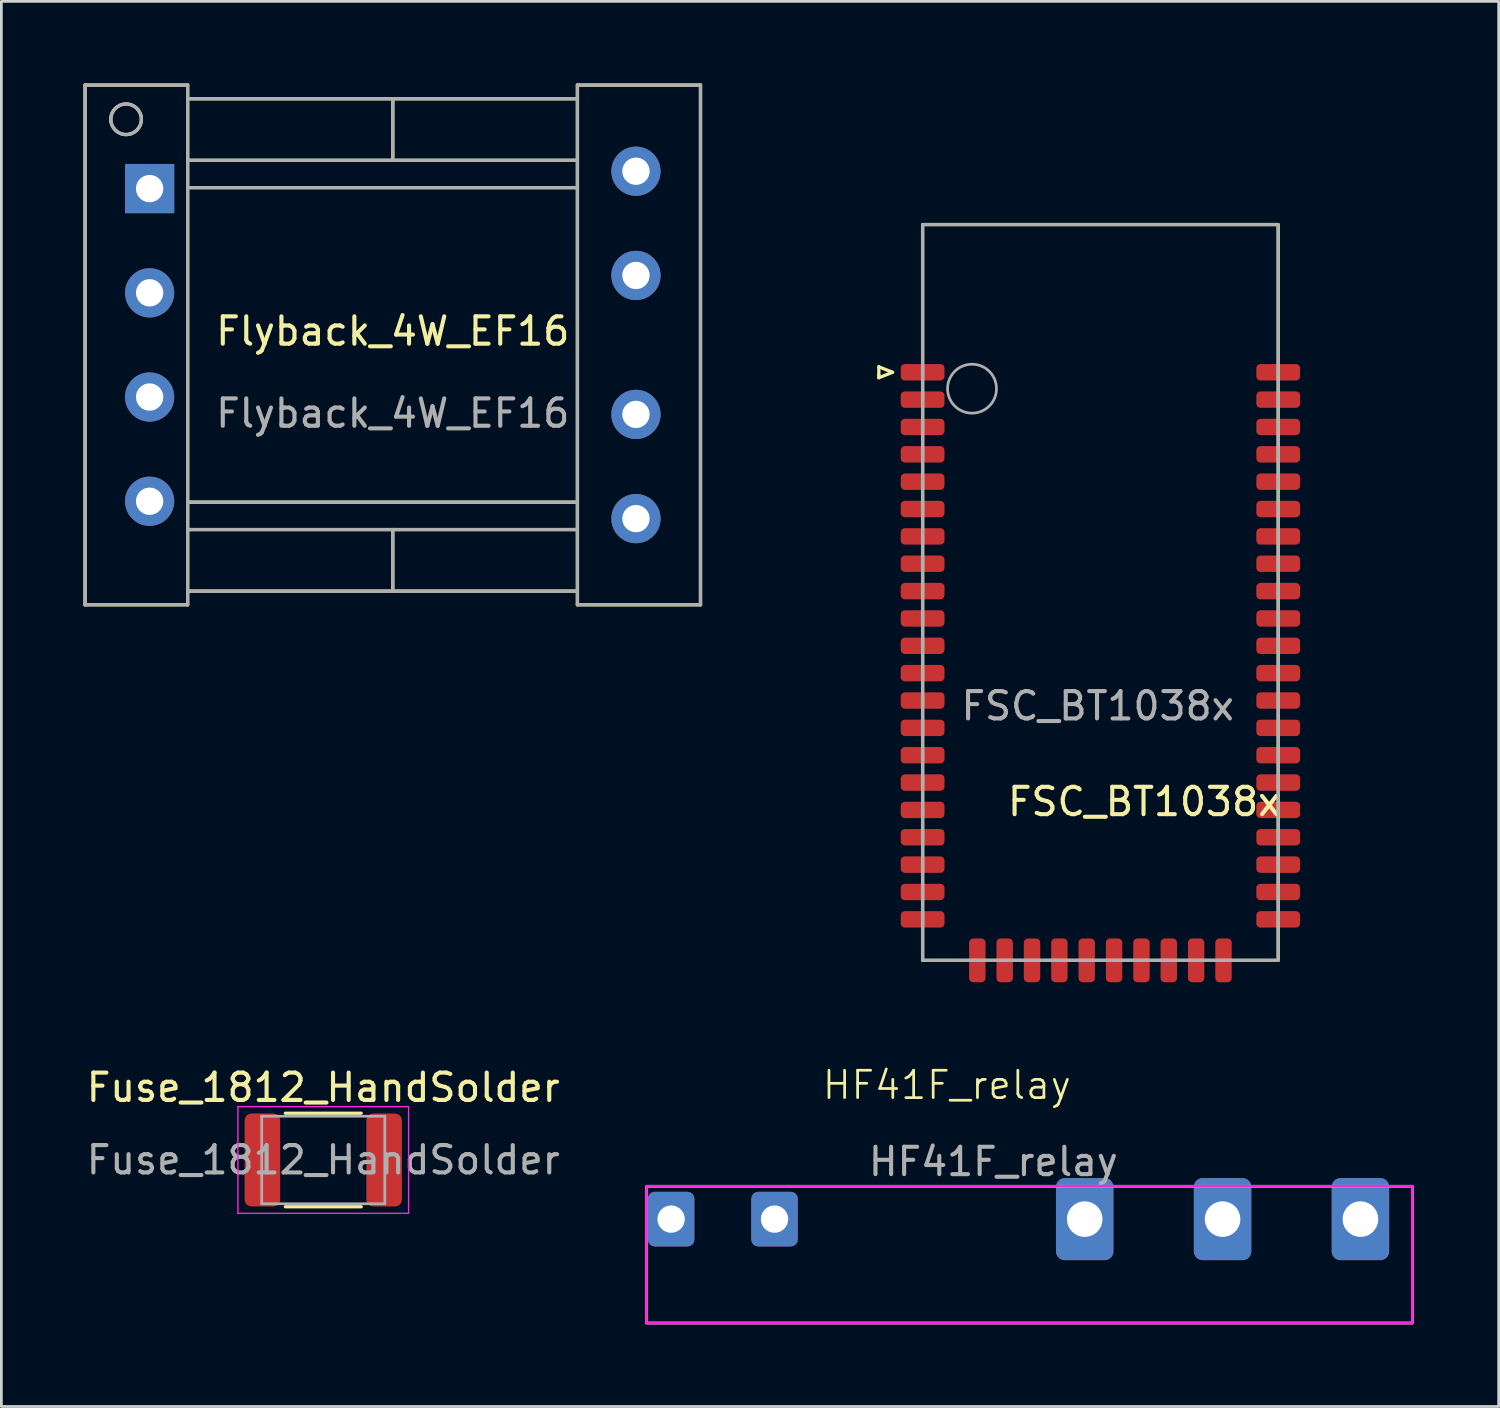
<source format=kicad_pcb>
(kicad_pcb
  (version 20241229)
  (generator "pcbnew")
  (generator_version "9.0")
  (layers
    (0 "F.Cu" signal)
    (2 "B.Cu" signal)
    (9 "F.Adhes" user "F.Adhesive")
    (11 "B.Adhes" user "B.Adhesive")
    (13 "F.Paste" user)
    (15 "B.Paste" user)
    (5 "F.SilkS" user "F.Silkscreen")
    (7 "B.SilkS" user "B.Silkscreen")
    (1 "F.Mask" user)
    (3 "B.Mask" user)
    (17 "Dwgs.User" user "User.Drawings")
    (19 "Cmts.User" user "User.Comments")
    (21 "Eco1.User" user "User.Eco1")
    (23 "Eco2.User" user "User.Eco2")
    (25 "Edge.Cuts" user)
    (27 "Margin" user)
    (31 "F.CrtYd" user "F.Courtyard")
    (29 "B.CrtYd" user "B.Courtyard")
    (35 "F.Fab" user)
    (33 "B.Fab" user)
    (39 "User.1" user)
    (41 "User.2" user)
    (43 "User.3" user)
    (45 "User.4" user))
  (footprint "Fuse_1812_HandSolder"
    (layer "F.Cu")
    (at 8.768 39.358)
    (property "Reference" "Fuse_1812_HandSolder" (at 0 -2.65 0) (layer "F.SilkS") (effects (font (size 1 1) (thickness 0.15))))
    (attr smd)
    (fp_line (start -1.386 -1.71) (end 1.386 -1.71) (stroke (width 0.12) (type solid)) (layer "F.SilkS"))
    (fp_line (start -1.386 1.71) (end 1.386 1.71) (stroke (width 0.12) (type solid)) (layer "F.SilkS"))
    (fp_line (start -3.12 -1.95) (end 3.12 -1.95) (stroke (width 0.05) (type solid)) (layer "F.CrtYd"))
    (fp_line (start -3.12 1.95) (end -3.12 -1.95) (stroke (width 0.05) (type solid)) (layer "F.CrtYd"))
    (fp_line (start 3.12 -1.95) (end 3.12 1.95) (stroke (width 0.05) (type solid)) (layer "F.CrtYd"))
    (fp_line (start 3.12 1.95) (end -3.12 1.95) (stroke (width 0.05) (type solid)) (layer "F.CrtYd"))
    (fp_line (start -2.25 -1.6) (end 2.25 -1.6) (stroke (width 0.1) (type solid)) (layer "F.Fab"))
    (fp_line (start -2.25 1.6) (end -2.25 -1.6) (stroke (width 0.1) (type solid)) (layer "F.Fab"))
    (fp_line (start 2.25 -1.6) (end 2.25 1.6) (stroke (width 0.1) (type solid)) (layer "F.Fab"))
    (fp_line (start 2.25 1.6) (end -2.25 1.6) (stroke (width 0.1) (type solid)) (layer "F.Fab"))
    (fp_text user "${REFERENCE}" (at 0 0 0) (layer "F.Fab") (effects (font (size 1 1) (thickness 0.15))))
    (pad "1" smd roundrect (at -2.225 0) (size 1.3 3.4) (layers "F.Cu" "F.Mask" "F.Paste") (roundrect_rratio 0.192))
    (pad "2" smd roundrect (at 2.225 0) (size 1.3 3.4) (layers "F.Cu" "F.Mask" "F.Paste") (roundrect_rratio 0.192)))
  (footprint "FSC_BT1038x"
    (layer "F.Cu")
    (at 37.18 20.66)
    (property "Reference" "FSC_BT1038x" (at 1.6 5.6 0) (unlocked yes) (layer "F.SilkS") (effects (font (size 1 1) (thickness 0.15))))
    (attr smd)
    (fp_line (start -8.1 -10.3) (end -8.1 -10) (stroke (width 0.12) (type default)) (layer "F.SilkS"))
    (fp_line (start -8.1 -10) (end -8.1 -9.9) (stroke (width 0.12) (type default)) (layer "F.SilkS"))
    (fp_line (start -8.1 -9.9) (end -7.6 -10.1) (stroke (width 0.12) (type default)) (layer "F.SilkS"))
    (fp_line (start -7.6 -10.1) (end -8.1 -10.3) (stroke (width 0.12) (type default)) (layer "F.SilkS"))
    (fp_rect (start -6.5 -15.5) (end 6.5 11.4) (stroke (width 0.12) (type default)) (fill no) (layer "F.SilkS"))
    (fp_rect (start -6.5 -15.5) (end 6.5 11.4) (stroke (width 0.12) (type default)) (fill no) (layer "F.Fab"))
    (fp_circle (center -4.694 -9.5) (end -3.894 -9.1) (stroke (width 0.1) (type default)) (fill no) (layer "F.Fab"))
    (fp_rect (start -11.5 -20.6) (end 11.5 -10.6) (stroke (width 0.12) (type solid)) (fill no) (layer "User.1"))
    (fp_text user "${REFERENCE}" (at -0.1 2.1 0) (unlocked yes) (layer "F.Fab") (effects (font (size 1 1) (thickness 0.15))))
    (fp_text user "KEEP OUT" (at -3 -16.1 0) (unlocked yes) (layer "User.1") (effects (font (size 1 1) (thickness 0.15)) (justify left bottom)))
    (pad "1" smd roundrect (at -6.5 -10.1) (size 1.6 0.6) (layers "F.Cu" "F.Mask" "F.Paste") (roundrect_rratio 0.25))
    (pad "2" smd roundrect (at -6.5 -9.1) (size 1.6 0.6) (layers "F.Cu" "F.Mask" "F.Paste") (roundrect_rratio 0.25))
    (pad "3" smd roundrect (at -6.5 -8.1) (size 1.6 0.6) (layers "F.Cu" "F.Mask" "F.Paste") (roundrect_rratio 0.25))
    (pad "4" smd roundrect (at -6.5 -7.1) (size 1.6 0.6) (layers "F.Cu" "F.Mask" "F.Paste") (roundrect_rratio 0.25))
    (pad "5" smd roundrect (at -6.5 -6.1) (size 1.6 0.6) (layers "F.Cu" "F.Mask" "F.Paste") (roundrect_rratio 0.25))
    (pad "6" smd roundrect (at -6.5 -5.1) (size 1.6 0.6) (layers "F.Cu" "F.Mask" "F.Paste") (roundrect_rratio 0.25))
    (pad "7" smd roundrect (at -6.5 -4.1) (size 1.6 0.6) (layers "F.Cu" "F.Mask" "F.Paste") (roundrect_rratio 0.25))
    (pad "8" smd roundrect (at -6.5 -3.1) (size 1.6 0.6) (layers "F.Cu" "F.Mask" "F.Paste") (roundrect_rratio 0.25))
    (pad "9" smd roundrect (at -6.5 -2.1) (size 1.6 0.6) (layers "F.Cu" "F.Mask" "F.Paste") (roundrect_rratio 0.25))
    (pad "10" smd roundrect (at -6.5 -1.1) (size 1.6 0.6) (layers "F.Cu" "F.Mask" "F.Paste") (roundrect_rratio 0.25))
    (pad "11" smd roundrect (at -6.5 -0.1) (size 1.6 0.6) (layers "F.Cu" "F.Mask" "F.Paste") (roundrect_rratio 0.25))
    (pad "12" smd roundrect (at -6.5 0.9) (size 1.6 0.6) (layers "F.Cu" "F.Mask" "F.Paste") (roundrect_rratio 0.25))
    (pad "13" smd roundrect (at -6.5 1.9) (size 1.6 0.6) (layers "F.Cu" "F.Mask" "F.Paste") (roundrect_rratio 0.25))
    (pad "14" smd roundrect (at -6.5 2.9) (size 1.6 0.6) (layers "F.Cu" "F.Mask" "F.Paste") (roundrect_rratio 0.25))
    (pad "15" smd roundrect (at -6.5 3.9) (size 1.6 0.6) (layers "F.Cu" "F.Mask" "F.Paste") (roundrect_rratio 0.25))
    (pad "16" smd roundrect (at -6.5 4.9) (size 1.6 0.6) (layers "F.Cu" "F.Mask" "F.Paste") (roundrect_rratio 0.25))
    (pad "17" smd roundrect (at -6.5 5.9) (size 1.6 0.6) (layers "F.Cu" "F.Mask" "F.Paste") (roundrect_rratio 0.25))
    (pad "18" smd roundrect (at -6.5 6.9) (size 1.6 0.6) (layers "F.Cu" "F.Mask" "F.Paste") (roundrect_rratio 0.25))
    (pad "19" smd roundrect (at -6.5 7.9) (size 1.6 0.6) (layers "F.Cu" "F.Mask" "F.Paste") (roundrect_rratio 0.25))
    (pad "20" smd roundrect (at -6.5 8.9) (size 1.6 0.6) (layers "F.Cu" "F.Mask" "F.Paste") (roundrect_rratio 0.25))
    (pad "21" smd roundrect (at -6.5 9.9) (size 1.6 0.6) (layers "F.Cu" "F.Mask" "F.Paste") (roundrect_rratio 0.25))
    (pad "22" smd roundrect (at -4.5 11.4) (size 0.6 1.6) (layers "F.Cu" "F.Mask" "F.Paste") (roundrect_rratio 0.25))
    (pad "23" smd roundrect (at -3.5 11.4) (size 0.6 1.6) (layers "F.Cu" "F.Mask" "F.Paste") (roundrect_rratio 0.25))
    (pad "24" smd roundrect (at -2.5 11.4) (size 0.6 1.6) (layers "F.Cu" "F.Mask" "F.Paste") (roundrect_rratio 0.25))
    (pad "25" smd roundrect (at -1.5 11.4) (size 0.6 1.6) (layers "F.Cu" "F.Mask" "F.Paste") (roundrect_rratio 0.25))
    (pad "26" smd roundrect (at -0.5 11.4) (size 0.6 1.6) (layers "F.Cu" "F.Mask" "F.Paste") (roundrect_rratio 0.25))
    (pad "27" smd roundrect (at 0.5 11.4) (size 0.6 1.6) (layers "F.Cu" "F.Mask" "F.Paste") (roundrect_rratio 0.25))
    (pad "28" smd roundrect (at 1.5 11.4) (size 0.6 1.6) (layers "F.Cu" "F.Mask" "F.Paste") (roundrect_rratio 0.25))
    (pad "29" smd roundrect (at 2.5 11.4) (size 0.6 1.6) (layers "F.Cu" "F.Mask" "F.Paste") (roundrect_rratio 0.25))
    (pad "30" smd roundrect (at 3.5 11.4) (size 0.6 1.6) (layers "F.Cu" "F.Mask" "F.Paste") (roundrect_rratio 0.25))
    (pad "31" smd roundrect (at 4.5 11.4) (size 0.6 1.6) (layers "F.Cu" "F.Mask" "F.Paste") (roundrect_rratio 0.25))
    (pad "32" smd roundrect (at 6.5 9.9 90) (size 0.6 1.6) (layers "F.Cu" "F.Mask" "F.Paste") (roundrect_rratio 0.25))
    (pad "33" smd roundrect (at 6.5 8.9 90) (size 0.6 1.6) (layers "F.Cu" "F.Mask" "F.Paste") (roundrect_rratio 0.25))
    (pad "34" smd roundrect (at 6.5 7.9 90) (size 0.6 1.6) (layers "F.Cu" "F.Mask" "F.Paste") (roundrect_rratio 0.25))
    (pad "35" smd roundrect (at 6.5 6.9 90) (size 0.6 1.6) (layers "F.Cu" "F.Mask" "F.Paste") (roundrect_rratio 0.25))
    (pad "36" smd roundrect (at 6.5 5.9 90) (size 0.6 1.6) (layers "F.Cu" "F.Mask" "F.Paste") (roundrect_rratio 0.25))
    (pad "37" smd roundrect (at 6.5 4.9 90) (size 0.6 1.6) (layers "F.Cu" "F.Mask" "F.Paste") (roundrect_rratio 0.25))
    (pad "38" smd roundrect (at 6.5 3.9 90) (size 0.6 1.6) (layers "F.Cu" "F.Mask" "F.Paste") (roundrect_rratio 0.25))
    (pad "39" smd roundrect (at 6.5 2.9 90) (size 0.6 1.6) (layers "F.Cu" "F.Mask" "F.Paste") (roundrect_rratio 0.25))
    (pad "40" smd roundrect (at 6.5 1.9 90) (size 0.6 1.6) (layers "F.Cu" "F.Mask" "F.Paste") (roundrect_rratio 0.25))
    (pad "41" smd roundrect (at 6.5 0.9 90) (size 0.6 1.6) (layers "F.Cu" "F.Mask" "F.Paste") (roundrect_rratio 0.25))
    (pad "42" smd roundrect (at 6.5 -0.1 90) (size 0.6 1.6) (layers "F.Cu" "F.Mask" "F.Paste") (roundrect_rratio 0.25))
    (pad "43" smd roundrect (at 6.5 -1.1 90) (size 0.6 1.6) (layers "F.Cu" "F.Mask" "F.Paste") (roundrect_rratio 0.25))
    (pad "44" smd roundrect (at 6.5 -2.1 90) (size 0.6 1.6) (layers "F.Cu" "F.Mask" "F.Paste") (roundrect_rratio 0.25))
    (pad "45" smd roundrect (at 6.5 -3.1 90) (size 0.6 1.6) (layers "F.Cu" "F.Mask" "F.Paste") (roundrect_rratio 0.25))
    (pad "46" smd roundrect (at 6.5 -4.1 90) (size 0.6 1.6) (layers "F.Cu" "F.Mask" "F.Paste") (roundrect_rratio 0.25))
    (pad "47" smd roundrect (at 6.5 -5.1 90) (size 0.6 1.6) (layers "F.Cu" "F.Mask" "F.Paste") (roundrect_rratio 0.25))
    (pad "48" smd roundrect (at 6.5 -6.1 90) (size 0.6 1.6) (layers "F.Cu" "F.Mask" "F.Paste") (roundrect_rratio 0.25))
    (pad "49" smd roundrect (at 6.5 -7.1 90) (size 0.6 1.6) (layers "F.Cu" "F.Mask" "F.Paste") (roundrect_rratio 0.25))
    (pad "50" smd roundrect (at 6.5 -8.1 90) (size 0.6 1.6) (layers "F.Cu" "F.Mask" "F.Paste") (roundrect_rratio 0.25))
    (pad "51" smd roundrect (at 6.5 -9.1 90) (size 0.6 1.6) (layers "F.Cu" "F.Mask" "F.Paste") (roundrect_rratio 0.25))
    (pad "52" smd roundrect (at 6.5 -10.1 90) (size 0.6 1.6) (layers "F.Cu" "F.Mask" "F.Paste") (roundrect_rratio 0.25)))
  (footprint "Flyback_4W_EF16"
    (layer "F.Cu")
    (at 11.31 9.56)
    (property "Reference" "Flyback_4W_EF16" (at 0 -0.5 0) (unlocked yes) (layer "F.SilkS") (effects (font (size 1 1) (thickness 0.15))))
    (attr through_hole)
    (fp_line (start -11.25 -9.5) (end -7.5 -9.5) (stroke (width 0.12) (type solid)) (layer "F.SilkS"))
    (fp_line (start -11.25 9.5) (end -11.25 -9.5) (stroke (width 0.12) (type solid)) (layer "F.SilkS"))
    (fp_line (start -7.5 -9.5) (end -7.5 9.5) (stroke (width 0.12) (type solid)) (layer "F.SilkS"))
    (fp_line (start -7.5 -9) (end 6.75 -9) (stroke (width 0.12) (type solid)) (layer "F.SilkS"))
    (fp_line (start -7.5 -6.75) (end 6.75 -6.75) (stroke (width 0.12) (type solid)) (layer "F.SilkS"))
    (fp_line (start -7.5 -5.75) (end 6.75 -5.75) (stroke (width 0.12) (type solid)) (layer "F.SilkS"))
    (fp_line (start -7.5 5.75) (end 6.75 5.75) (stroke (width 0.12) (type solid)) (layer "F.SilkS"))
    (fp_line (start -7.5 6.75) (end 6.75 6.75) (stroke (width 0.12) (type solid)) (layer "F.SilkS"))
    (fp_line (start -7.5 9) (end 6.75 9) (stroke (width 0.12) (type solid)) (layer "F.SilkS"))
    (fp_line (start -7.5 9.5) (end -11.25 9.5) (stroke (width 0.12) (type solid)) (layer "F.SilkS"))
    (fp_line (start 0 -9) (end 0 -6.75) (stroke (width 0.12) (type solid)) (layer "F.SilkS"))
    (fp_line (start 0 6.75) (end 0 9) (stroke (width 0.12) (type solid)) (layer "F.SilkS"))
    (fp_line (start 6.75 -9.5) (end 6.75 9.5) (stroke (width 0.12) (type solid)) (layer "F.SilkS"))
    (fp_line (start 6.75 9.5) (end 11.25 9.5) (stroke (width 0.12) (type solid)) (layer "F.SilkS"))
    (fp_line (start 11.25 -9.5) (end 6.75 -9.5) (stroke (width 0.12) (type solid)) (layer "F.SilkS"))
    (fp_line (start 11.25 9.5) (end 11.25 -9.5) (stroke (width 0.12) (type solid)) (layer "F.SilkS"))
    (fp_circle (center -9.75 -8.25) (end -9.25 -8) (stroke (width 0.12) (type solid)) (fill no) (layer "F.SilkS"))
    (fp_line (start -11.25 -9.5) (end -7.5 -9.5) (stroke (width 0.12) (type solid)) (layer "F.Fab"))
    (fp_line (start -11.25 9.5) (end -11.25 -9.5) (stroke (width 0.12) (type solid)) (layer "F.Fab"))
    (fp_line (start -7.5 -9.5) (end -7.5 9.5) (stroke (width 0.12) (type solid)) (layer "F.Fab"))
    (fp_line (start -7.5 -9) (end 6.75 -9) (stroke (width 0.12) (type solid)) (layer "F.Fab"))
    (fp_line (start -7.5 -6.75) (end 6.75 -6.75) (stroke (width 0.12) (type solid)) (layer "F.Fab"))
    (fp_line (start -7.5 -5.75) (end 6.75 -5.75) (stroke (width 0.12) (type solid)) (layer "F.Fab"))
    (fp_line (start -7.5 5.75) (end 6.75 5.75) (stroke (width 0.12) (type solid)) (layer "F.Fab"))
    (fp_line (start -7.5 6.75) (end 6.75 6.75) (stroke (width 0.12) (type solid)) (layer "F.Fab"))
    (fp_line (start -7.5 9) (end 6.75 9) (stroke (width 0.12) (type solid)) (layer "F.Fab"))
    (fp_line (start -7.5 9.5) (end -11.25 9.5) (stroke (width 0.12) (type solid)) (layer "F.Fab"))
    (fp_line (start 0 -9) (end 0 -6.75) (stroke (width 0.12) (type solid)) (layer "F.Fab"))
    (fp_line (start 0 6.75) (end 0 9) (stroke (width 0.12) (type solid)) (layer "F.Fab"))
    (fp_line (start 6.75 -9.5) (end 6.75 9.5) (stroke (width 0.12) (type solid)) (layer "F.Fab"))
    (fp_line (start 6.75 9.5) (end 11.25 9.5) (stroke (width 0.12) (type solid)) (layer "F.Fab"))
    (fp_line (start 11.25 -9.5) (end 6.75 -9.5) (stroke (width 0.12) (type solid)) (layer "F.Fab"))
    (fp_line (start 11.25 9.5) (end 11.25 -9.5) (stroke (width 0.12) (type solid)) (layer "F.Fab"))
    (fp_circle (center -9.75 -8.25) (end -9.191 -8.25) (stroke (width 0.12) (type solid)) (fill no) (layer "F.Fab"))
    (fp_text user "${REFERENCE}" (at 0 2.5 0) (unlocked yes) (layer "F.Fab") (effects (font (size 1 1) (thickness 0.15))))
    (pad "1" thru_hole rect (at -8.89 -5.715) (size 1.8 1.8) (drill 1) (layers "*.Cu" "*.Mask"))
    (pad "2" thru_hole circle (at -8.89 -1.905) (size 1.8 1.8) (drill 1) (layers "*.Cu" "*.Mask"))
    (pad "3" thru_hole circle (at -8.89 1.905) (size 1.8 1.8) (drill 1) (layers "*.Cu" "*.Mask"))
    (pad "4" thru_hole circle (at -8.89 5.715) (size 1.8 1.8) (drill 1) (layers "*.Cu" "*.Mask"))
    (pad "5" thru_hole circle (at 8.89 6.35) (size 1.8 1.8) (drill 1) (layers "*.Cu" "*.Mask"))
    (pad "6" thru_hole circle (at 8.89 2.54) (size 1.8 1.8) (drill 1) (layers "*.Cu" "*.Mask"))
    (pad "7" thru_hole circle (at 8.89 -2.54) (size 1.8 1.8) (drill 1) (layers "*.Cu" "*.Mask"))
    (pad "8" thru_hole circle (at 8.89 -6.35) (size 1.8 1.8) (drill 1) (layers "*.Cu" "*.Mask")))
  (footprint "HF41F_relay"
    (layer "F.Cu")
    (at 25.266 41.52)
    (property "Reference" "HF41F_relay" (at 6.3 -4.9 0) (unlocked yes) (layer "F.SilkS") (effects (font (size 1 1) (thickness 0.1))))
    (attr through_hole)
    (fp_rect (start -4.68 -1.2) (end 23.32 3.8) (stroke (width 0.1) (type solid)) (fill no) (layer "F.SilkS"))
    (fp_rect (start -4.68 -1.2) (end 23.32 3.8) (stroke (width 0.1) (type solid)) (fill no) (layer "F.CrtYd"))
    (fp_text user "${REFERENCE}" (at 8 -2.1 0) (unlocked yes) (layer "F.Fab") (effects (font (size 1 1) (thickness 0.15))))
    (pad "1" thru_hole roundrect (at -3.78 0) (size 1.7 2) (drill 1) (layers "*.Cu" "*.Mask") (roundrect_rratio 0.15))
    (pad "2" thru_hole roundrect (at 0 0) (size 1.7 2) (drill 1) (layers "*.Cu" "*.Mask") (roundrect_rratio 0.15))
    (pad "3" thru_hole roundrect (at 11.34 0) (size 2.1 3) (drill 1.3) (layers "*.Cu" "*.Mask") (roundrect_rratio 0.15))
    (pad "4" thru_hole roundrect (at 16.38 0) (size 2.1 3) (drill 1.3) (layers "*.Cu" "*.Mask") (roundrect_rratio 0.15))
    (pad "5" thru_hole roundrect (at 21.42 0) (size 2.1 3) (drill 1.3) (layers "*.Cu" "*.Mask") (roundrect_rratio 0.15)))
  (gr_rect
    (start -3 -3)
    (end 51.74 48.37)
    (stroke (width 0.1) (type default))
    (fill no)
    (layer "Edge.Cuts")))
</source>
